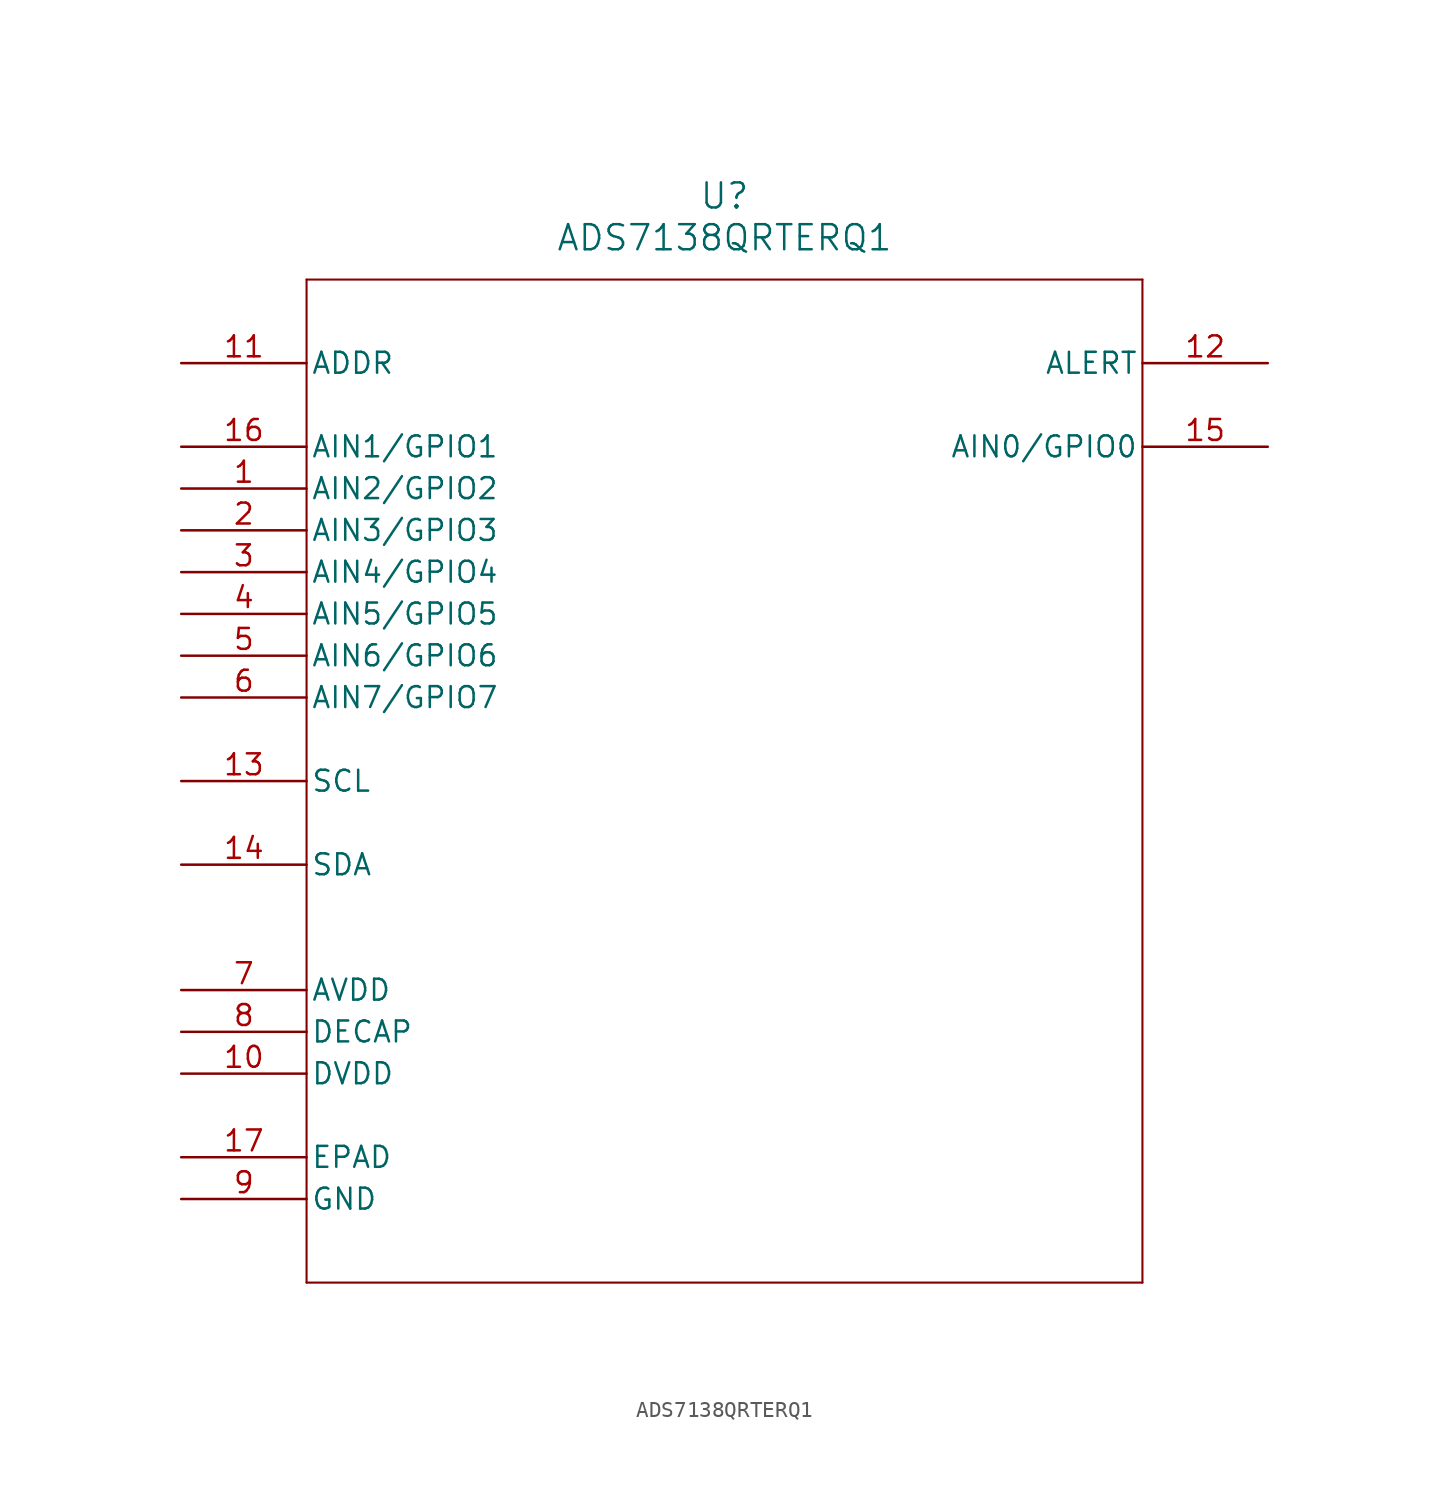
<source format=kicad_sym>
(kicad_symbol_lib
  (version 20211014)
  (generator kicad_symbol_editor)
  (symbol "ADS7138QRTERQ1"
    (pin_names
      (offset 0.254))
    (property "Reference" "U"
      (at 33.02 10.16 0)
      (effects (font (size 1.524 1.524))))
    (property "Value" "ADS7138QRTERQ1"
      (at 33.02 7.62 0)
      (effects (font (size 1.524 1.524))))
    (symbol "ADS7138QRTERQ1_0_1"
      (polyline (pts (xy 7.62 5.08) (xy 7.62 -55.88)) (stroke (width 0.127) (type default) (color 0 0 0 0)) (fill (type none)))
      (polyline (pts (xy 7.62 -55.88) (xy 58.42 -55.88)) (stroke (width 0.127) (type default) (color 0 0 0 0)) (fill (type none)))
      (polyline (pts (xy 58.42 -55.88) (xy 58.42 5.08)) (stroke (width 0.127) (type default) (color 0 0 0 0)) (fill (type none)))
      (polyline (pts (xy 58.42 5.08) (xy 7.62 5.08)) (stroke (width 0.127) (type default) (color 0 0 0 0)) (fill (type none)))
      (pin bidirectional line (at 0 -7.62 0) (length 7.62) (name "AIN2/GPIO2" (effects (font (size 1.27 1.27)))) (number "1" (effects (font (size 1.27 1.27)))))
      (pin bidirectional line (at 0 -10.16 0) (length 7.62) (name "AIN3/GPIO3" (effects (font (size 1.27 1.27)))) (number "2" (effects (font (size 1.27 1.27)))))
      (pin bidirectional line (at 0 -12.7 0) (length 7.62) (name "AIN4/GPIO4" (effects (font (size 1.27 1.27)))) (number "3" (effects (font (size 1.27 1.27)))))
      (pin bidirectional line (at 0 -15.24 0) (length 7.62) (name "AIN5/GPIO5" (effects (font (size 1.27 1.27)))) (number "4" (effects (font (size 1.27 1.27)))))
      (pin bidirectional line (at 0 -17.78 0) (length 7.62) (name "AIN6/GPIO6" (effects (font (size 1.27 1.27)))) (number "5" (effects (font (size 1.27 1.27)))))
      (pin bidirectional line (at 0 -20.32 0) (length 7.62) (name "AIN7/GPIO7" (effects (font (size 1.27 1.27)))) (number "6" (effects (font (size 1.27 1.27)))))
      (pin power_in line (at 0 -38.1 0) (length 7.62) (name "AVDD" (effects (font (size 1.27 1.27)))) (number "7" (effects (font (size 1.27 1.27)))))
      (pin power_in line (at 0 -40.64 0) (length 7.62) (name "DECAP" (effects (font (size 1.27 1.27)))) (number "8" (effects (font (size 1.27 1.27)))))
      (pin power_out line (at 0 -50.8 0) (length 7.62) (name "GND" (effects (font (size 1.27 1.27)))) (number "9" (effects (font (size 1.27 1.27)))))
      (pin power_in line (at 0 -43.18 0) (length 7.62) (name "DVDD" (effects (font (size 1.27 1.27)))) (number "10" (effects (font (size 1.27 1.27)))))
      (pin input line (at 0 0 0) (length 7.62) (name "ADDR" (effects (font (size 1.27 1.27)))) (number "11" (effects (font (size 1.27 1.27)))))
      (pin output line (at 66.04 0 180) (length 7.62) (name "ALERT" (effects (font (size 1.27 1.27)))) (number "12" (effects (font (size 1.27 1.27)))))
      (pin input line (at 0 -25.4 0) (length 7.62) (name "SCL" (effects (font (size 1.27 1.27)))) (number "13" (effects (font (size 1.27 1.27)))))
      (pin bidirectional line (at 0 -30.48 0) (length 7.62) (name "SDA" (effects (font (size 1.27 1.27)))) (number "14" (effects (font (size 1.27 1.27)))))
      (pin bidirectional line (at 66.04 -5.08 180) (length 7.62) (name "AIN0/GPIO0" (effects (font (size 1.27 1.27)))) (number "15" (effects (font (size 1.27 1.27)))))
      (pin bidirectional line (at 0 -5.08 0) (length 7.62) (name "AIN1/GPIO1" (effects (font (size 1.27 1.27)))) (number "16" (effects (font (size 1.27 1.27)))))
      (pin power_out line (at 0 -48.26 0) (length 7.62) (name "EPAD" (effects (font (size 1.27 1.27)))) (number "17" (effects (font (size 1.27 1.27))))))))
</source>
